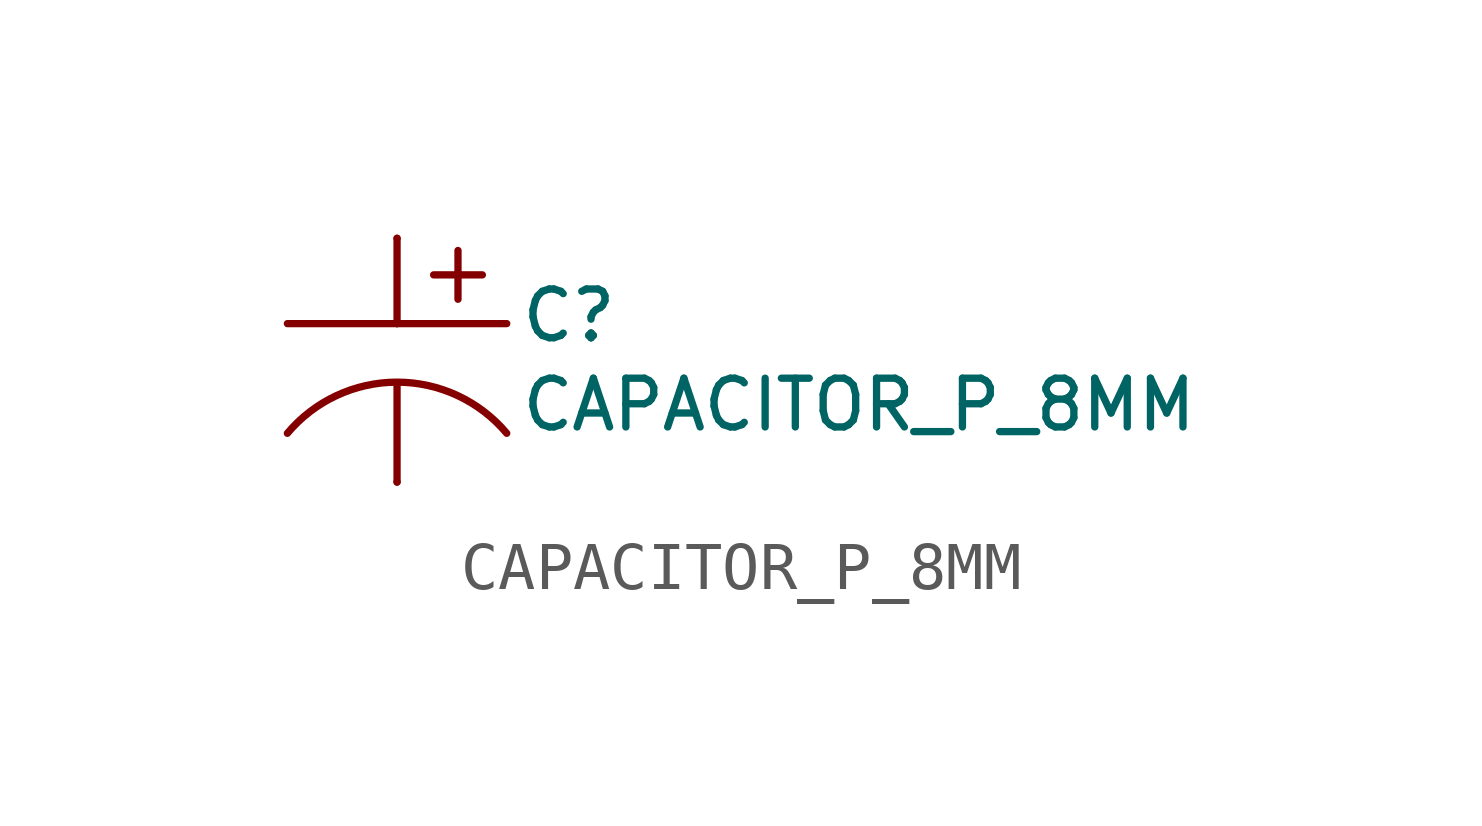
<source format=kicad_sym>
(kicad_symbol_lib
  (version 20211014)
  (generator kicad_symbol_editor)
  (symbol "CAPACITOR_P_8MM"
    (property "Reference" "C"
      (at 2.54 1.524 0)
      (effects (font (size 1.016 1.016)) (justify left top)))
    (property "Value" "CAPACITOR_P_8MM"
      (at 2.54 -1.524 0)
      (effects (font (size 1.016 1.016)) (justify left bottom)))
    (property "ki_locked" ""
      (at 0 0 0)
      (effects (font (size 1.27 1.27))))
    (symbol "CAPACITOR_P_8MM_1_0"
      (polyline (pts (xy -2.286 0.762) (xy 0 0.762)) (stroke (width 0.152) (type default) (color 0 0 0 0)) (fill (type none)))
      (polyline (pts (xy 0 -2.54) (xy 0 -0.508)) (stroke (width 0.152) (type default) (color 0 0 0 0)) (fill (type none)))
      (polyline (pts (xy 0 0.762) (xy 2.286 0.762)) (stroke (width 0.152) (type default) (color 0 0 0 0)) (fill (type none)))
      (polyline (pts (xy 0 2.54) (xy 0 0.762)) (stroke (width 0.152) (type default) (color 0 0 0 0)) (fill (type none)))
      (polyline (pts (xy 1.27 2.286) (xy 1.27 1.27)) (stroke (width 0.152) (type default) (color 0 0 0 0)) (fill (type none)))
      (polyline (pts (xy 1.778 1.778) (xy 0.762 1.778)) (stroke (width 0.152) (type default) (color 0 0 0 0)) (fill (type none)))
      (arc (start 2.286 -1.524) (mid 0 -0.458) (end -2.286 -1.524) (stroke (width 0.1524) (type default) (color 0 0 0 0)) (fill (type none)))
      (pin passive line (at 0 2.54 270) (length 0) (name "P$1" (effects (font (size 0 0)))) (number "P$1" (effects (font (size 0 0)))))
      (pin passive line (at 0 -2.54 90) (length 0) (name "P$2" (effects (font (size 0 0)))) (number "P$2" (effects (font (size 0 0))))))))
</source>
